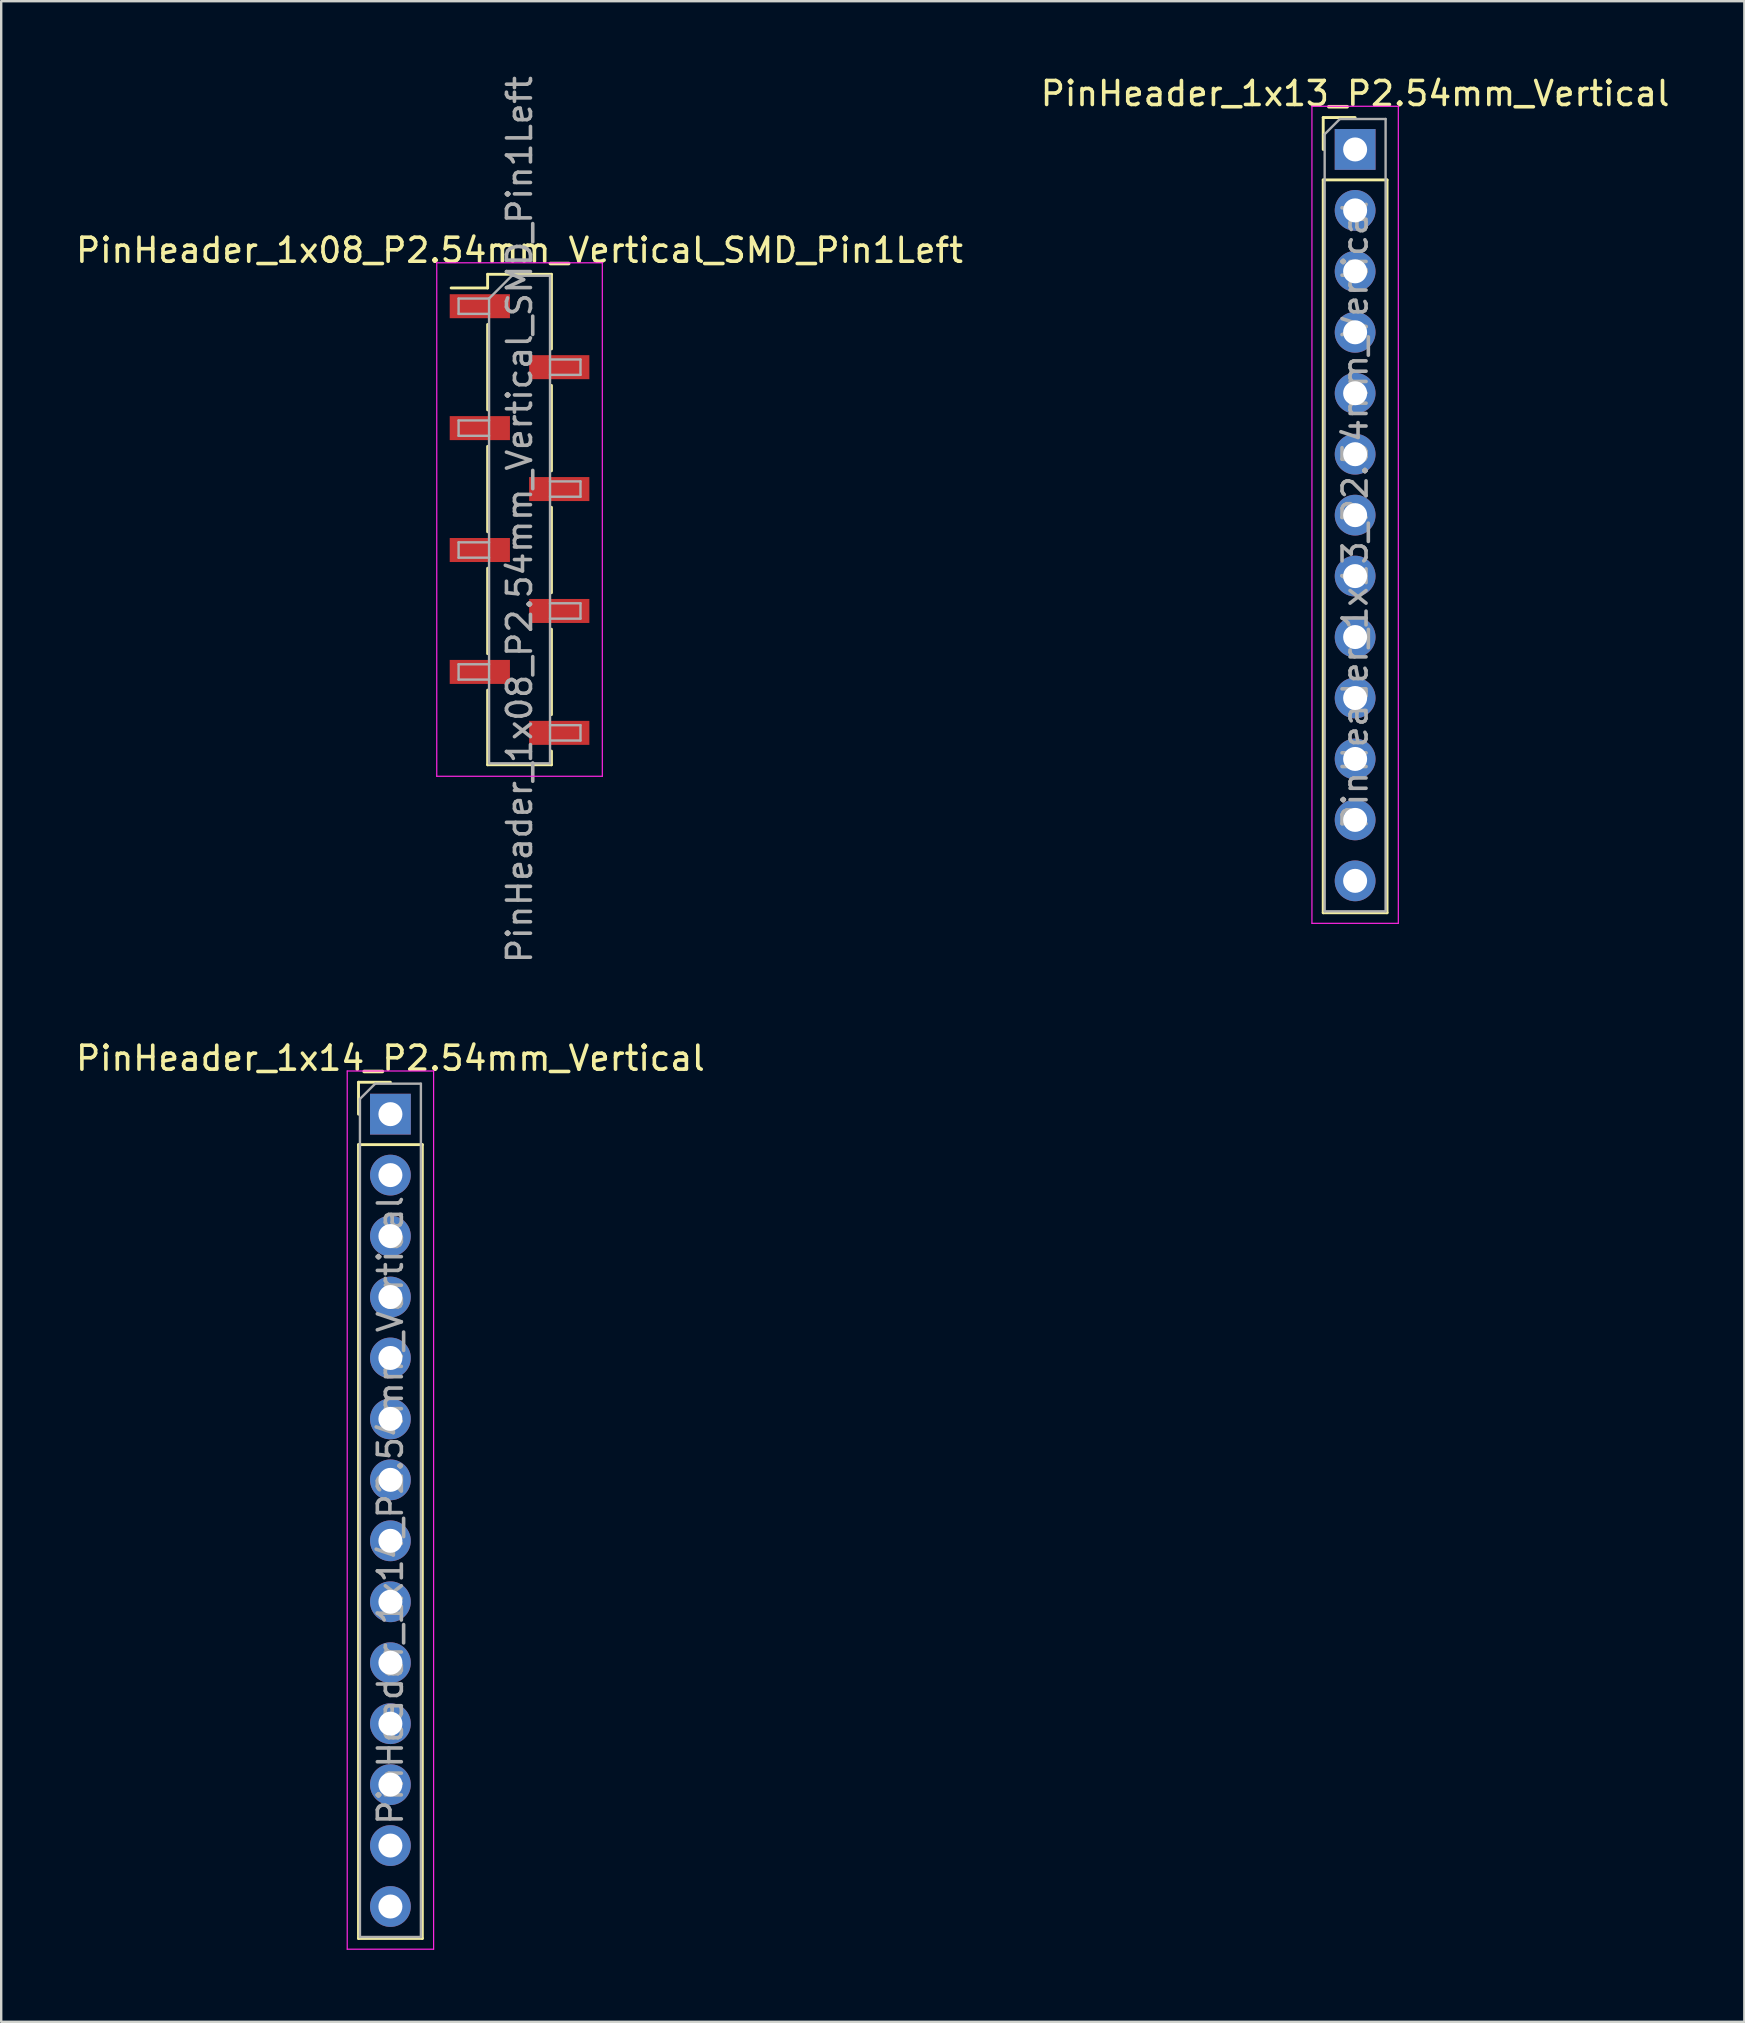
<source format=kicad_pcb>
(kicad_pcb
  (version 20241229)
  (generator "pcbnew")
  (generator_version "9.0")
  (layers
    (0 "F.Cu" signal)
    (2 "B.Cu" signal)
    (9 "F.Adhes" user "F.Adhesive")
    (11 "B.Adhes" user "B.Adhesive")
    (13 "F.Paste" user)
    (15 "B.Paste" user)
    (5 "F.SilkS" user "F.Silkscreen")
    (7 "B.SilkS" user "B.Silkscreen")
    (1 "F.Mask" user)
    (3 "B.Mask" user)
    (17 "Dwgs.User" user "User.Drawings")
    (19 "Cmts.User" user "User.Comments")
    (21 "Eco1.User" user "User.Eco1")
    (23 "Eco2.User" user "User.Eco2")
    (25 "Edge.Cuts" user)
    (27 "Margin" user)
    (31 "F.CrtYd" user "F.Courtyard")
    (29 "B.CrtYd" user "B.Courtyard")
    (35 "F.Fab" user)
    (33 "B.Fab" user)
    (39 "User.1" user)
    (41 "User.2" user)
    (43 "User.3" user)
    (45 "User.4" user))
  (footprint "PinHeader_1x08_P2.54mm_Vertical_SMD_Pin1Left"
    (layer "F.Cu")
    (at 18.601 18.601)
    (property "Reference" "PinHeader_1x08_P2.54mm_Vertical_SMD_Pin1Left" (at 0 -11.22 0) (layer "F.SilkS") (effects (font (size 1 1) (thickness 0.15))))
    (attr smd)
    (fp_line (start -1.33 -10.22) (end -1.33 -9.65) (stroke (width 0.12) (type solid)) (layer "F.SilkS"))
    (fp_line (start -1.33 -10.22) (end 1.33 -10.22) (stroke (width 0.12) (type solid)) (layer "F.SilkS"))
    (fp_line (start -1.33 -9.65) (end -2.85 -9.65) (stroke (width 0.12) (type solid)) (layer "F.SilkS"))
    (fp_line (start -1.33 -8.13) (end -1.33 -4.57) (stroke (width 0.12) (type solid)) (layer "F.SilkS"))
    (fp_line (start -1.33 -3.05) (end -1.33 0.51) (stroke (width 0.12) (type solid)) (layer "F.SilkS"))
    (fp_line (start -1.33 2.03) (end -1.33 5.59) (stroke (width 0.12) (type solid)) (layer "F.SilkS"))
    (fp_line (start -1.33 7.11) (end -1.33 10.22) (stroke (width 0.12) (type solid)) (layer "F.SilkS"))
    (fp_line (start -1.33 10.22) (end 1.33 10.22) (stroke (width 0.12) (type solid)) (layer "F.SilkS"))
    (fp_line (start 1.33 -10.22) (end 1.33 -7.11) (stroke (width 0.12) (type solid)) (layer "F.SilkS"))
    (fp_line (start 1.33 -5.59) (end 1.33 -2.03) (stroke (width 0.12) (type solid)) (layer "F.SilkS"))
    (fp_line (start 1.33 -0.51) (end 1.33 3.05) (stroke (width 0.12) (type solid)) (layer "F.SilkS"))
    (fp_line (start 1.33 4.57) (end 1.33 8.13) (stroke (width 0.12) (type solid)) (layer "F.SilkS"))
    (fp_line (start 1.33 9.65) (end 1.33 10.22) (stroke (width 0.12) (type solid)) (layer "F.SilkS"))
    (fp_line (start -3.45 -10.7) (end -3.45 10.7) (stroke (width 0.05) (type solid)) (layer "F.CrtYd"))
    (fp_line (start -3.45 10.7) (end 3.45 10.7) (stroke (width 0.05) (type solid)) (layer "F.CrtYd"))
    (fp_line (start 3.45 -10.7) (end -3.45 -10.7) (stroke (width 0.05) (type solid)) (layer "F.CrtYd"))
    (fp_line (start 3.45 10.7) (end 3.45 -10.7) (stroke (width 0.05) (type solid)) (layer "F.CrtYd"))
    (fp_line (start -2.54 -9.21) (end -2.54 -8.57) (stroke (width 0.1) (type solid)) (layer "F.Fab"))
    (fp_line (start -2.54 -8.57) (end -1.27 -8.57) (stroke (width 0.1) (type solid)) (layer "F.Fab"))
    (fp_line (start -2.54 -4.13) (end -2.54 -3.49) (stroke (width 0.1) (type solid)) (layer "F.Fab"))
    (fp_line (start -2.54 -3.49) (end -1.27 -3.49) (stroke (width 0.1) (type solid)) (layer "F.Fab"))
    (fp_line (start -2.54 0.95) (end -2.54 1.59) (stroke (width 0.1) (type solid)) (layer "F.Fab"))
    (fp_line (start -2.54 1.59) (end -1.27 1.59) (stroke (width 0.1) (type solid)) (layer "F.Fab"))
    (fp_line (start -2.54 6.03) (end -2.54 6.67) (stroke (width 0.1) (type solid)) (layer "F.Fab"))
    (fp_line (start -2.54 6.67) (end -1.27 6.67) (stroke (width 0.1) (type solid)) (layer "F.Fab"))
    (fp_line (start -1.27 -9.21) (end -2.54 -9.21) (stroke (width 0.1) (type solid)) (layer "F.Fab"))
    (fp_line (start -1.27 -9.21) (end -0.32 -10.16) (stroke (width 0.1) (type solid)) (layer "F.Fab"))
    (fp_line (start -1.27 -4.13) (end -2.54 -4.13) (stroke (width 0.1) (type solid)) (layer "F.Fab"))
    (fp_line (start -1.27 0.95) (end -2.54 0.95) (stroke (width 0.1) (type solid)) (layer "F.Fab"))
    (fp_line (start -1.27 6.03) (end -2.54 6.03) (stroke (width 0.1) (type solid)) (layer "F.Fab"))
    (fp_line (start -1.27 10.16) (end -1.27 -9.21) (stroke (width 0.1) (type solid)) (layer "F.Fab"))
    (fp_line (start -0.32 -10.16) (end 1.27 -10.16) (stroke (width 0.1) (type solid)) (layer "F.Fab"))
    (fp_line (start 1.27 -10.16) (end 1.27 10.16) (stroke (width 0.1) (type solid)) (layer "F.Fab"))
    (fp_line (start 1.27 -6.67) (end 2.54 -6.67) (stroke (width 0.1) (type solid)) (layer "F.Fab"))
    (fp_line (start 1.27 -1.59) (end 2.54 -1.59) (stroke (width 0.1) (type solid)) (layer "F.Fab"))
    (fp_line (start 1.27 3.49) (end 2.54 3.49) (stroke (width 0.1) (type solid)) (layer "F.Fab"))
    (fp_line (start 1.27 8.57) (end 2.54 8.57) (stroke (width 0.1) (type solid)) (layer "F.Fab"))
    (fp_line (start 1.27 10.16) (end -1.27 10.16) (stroke (width 0.1) (type solid)) (layer "F.Fab"))
    (fp_line (start 2.54 -6.67) (end 2.54 -6.03) (stroke (width 0.1) (type solid)) (layer "F.Fab"))
    (fp_line (start 2.54 -6.03) (end 1.27 -6.03) (stroke (width 0.1) (type solid)) (layer "F.Fab"))
    (fp_line (start 2.54 -1.59) (end 2.54 -0.95) (stroke (width 0.1) (type solid)) (layer "F.Fab"))
    (fp_line (start 2.54 -0.95) (end 1.27 -0.95) (stroke (width 0.1) (type solid)) (layer "F.Fab"))
    (fp_line (start 2.54 3.49) (end 2.54 4.13) (stroke (width 0.1) (type solid)) (layer "F.Fab"))
    (fp_line (start 2.54 4.13) (end 1.27 4.13) (stroke (width 0.1) (type solid)) (layer "F.Fab"))
    (fp_line (start 2.54 8.57) (end 2.54 9.21) (stroke (width 0.1) (type solid)) (layer "F.Fab"))
    (fp_line (start 2.54 9.21) (end 1.27 9.21) (stroke (width 0.1) (type solid)) (layer "F.Fab"))
    (fp_text user "${REFERENCE}" (at 0 0 90) (layer "F.Fab") (effects (font (size 1 1) (thickness 0.15))))
    (pad "1" smd rect (at -1.655 -8.89) (size 2.51 1) (layers "F.Cu" "F.Mask" "F.Paste"))
    (pad "2" smd rect (at 1.655 -6.35) (size 2.51 1) (layers "F.Cu" "F.Mask" "F.Paste"))
    (pad "3" smd rect (at -1.655 -3.81) (size 2.51 1) (layers "F.Cu" "F.Mask" "F.Paste"))
    (pad "4" smd rect (at 1.655 -1.27) (size 2.51 1) (layers "F.Cu" "F.Mask" "F.Paste"))
    (pad "5" smd rect (at -1.655 1.27) (size 2.51 1) (layers "F.Cu" "F.Mask" "F.Paste"))
    (pad "6" smd rect (at 1.655 3.81) (size 2.51 1) (layers "F.Cu" "F.Mask" "F.Paste"))
    (pad "7" smd rect (at -1.655 6.35) (size 2.51 1) (layers "F.Cu" "F.Mask" "F.Paste"))
    (pad "8" smd rect (at 1.655 8.89) (size 2.51 1) (layers "F.Cu" "F.Mask" "F.Paste")))
  (footprint "PinHeader_1x14_P2.54mm_Vertical"
    (layer "F.Cu")
    (at 13.22 43.381)
    (property "Reference" "PinHeader_1x14_P2.54mm_Vertical" (at 0 -2.33 0) (layer "F.SilkS") (effects (font (size 1 1) (thickness 0.15))))
    (attr through_hole)
    (fp_line (start -1.33 -1.33) (end 0 -1.33) (stroke (width 0.12) (type solid)) (layer "F.SilkS"))
    (fp_line (start -1.33 0) (end -1.33 -1.33) (stroke (width 0.12) (type solid)) (layer "F.SilkS"))
    (fp_line (start -1.33 1.27) (end -1.33 34.35) (stroke (width 0.12) (type solid)) (layer "F.SilkS"))
    (fp_line (start -1.33 1.27) (end 1.33 1.27) (stroke (width 0.12) (type solid)) (layer "F.SilkS"))
    (fp_line (start -1.33 34.35) (end 1.33 34.35) (stroke (width 0.12) (type solid)) (layer "F.SilkS"))
    (fp_line (start 1.33 1.27) (end 1.33 34.35) (stroke (width 0.12) (type solid)) (layer "F.SilkS"))
    (fp_line (start -1.8 -1.8) (end -1.8 34.8) (stroke (width 0.05) (type solid)) (layer "F.CrtYd"))
    (fp_line (start -1.8 34.8) (end 1.8 34.8) (stroke (width 0.05) (type solid)) (layer "F.CrtYd"))
    (fp_line (start 1.8 -1.8) (end -1.8 -1.8) (stroke (width 0.05) (type solid)) (layer "F.CrtYd"))
    (fp_line (start 1.8 34.8) (end 1.8 -1.8) (stroke (width 0.05) (type solid)) (layer "F.CrtYd"))
    (fp_line (start -1.27 -0.635) (end -0.635 -1.27) (stroke (width 0.1) (type solid)) (layer "F.Fab"))
    (fp_line (start -1.27 34.29) (end -1.27 -0.635) (stroke (width 0.1) (type solid)) (layer "F.Fab"))
    (fp_line (start -0.635 -1.27) (end 1.27 -1.27) (stroke (width 0.1) (type solid)) (layer "F.Fab"))
    (fp_line (start 1.27 -1.27) (end 1.27 34.29) (stroke (width 0.1) (type solid)) (layer "F.Fab"))
    (fp_line (start 1.27 34.29) (end -1.27 34.29) (stroke (width 0.1) (type solid)) (layer "F.Fab"))
    (fp_text user "${REFERENCE}" (at 0 16.51 90) (layer "F.Fab") (effects (font (size 1 1) (thickness 0.15))))
    (pad "1" thru_hole rect (at 0 0) (size 1.7 1.7) (drill 1) (layers "*.Cu" "*.Mask"))
    (pad "2" thru_hole oval (at 0 2.54) (size 1.7 1.7) (drill 1) (layers "*.Cu" "*.Mask"))
    (pad "3" thru_hole oval (at 0 5.08) (size 1.7 1.7) (drill 1) (layers "*.Cu" "*.Mask"))
    (pad "4" thru_hole oval (at 0 7.62) (size 1.7 1.7) (drill 1) (layers "*.Cu" "*.Mask"))
    (pad "5" thru_hole oval (at 0 10.16) (size 1.7 1.7) (drill 1) (layers "*.Cu" "*.Mask"))
    (pad "6" thru_hole oval (at 0 12.7) (size 1.7 1.7) (drill 1) (layers "*.Cu" "*.Mask"))
    (pad "7" thru_hole oval (at 0 15.24) (size 1.7 1.7) (drill 1) (layers "*.Cu" "*.Mask"))
    (pad "8" thru_hole oval (at 0 17.78) (size 1.7 1.7) (drill 1) (layers "*.Cu" "*.Mask"))
    (pad "9" thru_hole oval (at 0 20.32) (size 1.7 1.7) (drill 1) (layers "*.Cu" "*.Mask"))
    (pad "10" thru_hole oval (at 0 22.86) (size 1.7 1.7) (drill 1) (layers "*.Cu" "*.Mask"))
    (pad "11" thru_hole oval (at 0 25.4) (size 1.7 1.7) (drill 1) (layers "*.Cu" "*.Mask"))
    (pad "12" thru_hole oval (at 0 27.94) (size 1.7 1.7) (drill 1) (layers "*.Cu" "*.Mask"))
    (pad "13" thru_hole oval (at 0 30.48) (size 1.7 1.7) (drill 1) (layers "*.Cu" "*.Mask"))
    (pad "14" thru_hole oval (at 0 33.02) (size 1.7 1.7) (drill 1) (layers "*.Cu" "*.Mask")))
  (footprint "PinHeader_1x13_P2.54mm_Vertical"
    (layer "F.Cu")
    (at 53.423 3.178)
    (property "Reference" "PinHeader_1x13_P2.54mm_Vertical" (at 0 -2.33 0) (layer "F.SilkS") (effects (font (size 1 1) (thickness 0.15))))
    (attr through_hole)
    (fp_line (start -1.33 -1.33) (end 0 -1.33) (stroke (width 0.12) (type solid)) (layer "F.SilkS"))
    (fp_line (start -1.33 0) (end -1.33 -1.33) (stroke (width 0.12) (type solid)) (layer "F.SilkS"))
    (fp_line (start -1.33 1.27) (end -1.33 31.81) (stroke (width 0.12) (type solid)) (layer "F.SilkS"))
    (fp_line (start -1.33 1.27) (end 1.33 1.27) (stroke (width 0.12) (type solid)) (layer "F.SilkS"))
    (fp_line (start -1.33 31.81) (end 1.33 31.81) (stroke (width 0.12) (type solid)) (layer "F.SilkS"))
    (fp_line (start 1.33 1.27) (end 1.33 31.81) (stroke (width 0.12) (type solid)) (layer "F.SilkS"))
    (fp_line (start -1.8 -1.8) (end -1.8 32.25) (stroke (width 0.05) (type solid)) (layer "F.CrtYd"))
    (fp_line (start -1.8 32.25) (end 1.8 32.25) (stroke (width 0.05) (type solid)) (layer "F.CrtYd"))
    (fp_line (start 1.8 -1.8) (end -1.8 -1.8) (stroke (width 0.05) (type solid)) (layer "F.CrtYd"))
    (fp_line (start 1.8 32.25) (end 1.8 -1.8) (stroke (width 0.05) (type solid)) (layer "F.CrtYd"))
    (fp_line (start -1.27 -0.635) (end -0.635 -1.27) (stroke (width 0.1) (type solid)) (layer "F.Fab"))
    (fp_line (start -1.27 31.75) (end -1.27 -0.635) (stroke (width 0.1) (type solid)) (layer "F.Fab"))
    (fp_line (start -0.635 -1.27) (end 1.27 -1.27) (stroke (width 0.1) (type solid)) (layer "F.Fab"))
    (fp_line (start 1.27 -1.27) (end 1.27 31.75) (stroke (width 0.1) (type solid)) (layer "F.Fab"))
    (fp_line (start 1.27 31.75) (end -1.27 31.75) (stroke (width 0.1) (type solid)) (layer "F.Fab"))
    (fp_text user "${REFERENCE}" (at 0 15.24 90) (layer "F.Fab") (effects (font (size 1 1) (thickness 0.15))))
    (pad "1" thru_hole rect (at 0 0) (size 1.7 1.7) (drill 1) (layers "*.Cu" "*.Mask"))
    (pad "2" thru_hole oval (at 0 2.54) (size 1.7 1.7) (drill 1) (layers "*.Cu" "*.Mask"))
    (pad "3" thru_hole oval (at 0 5.08) (size 1.7 1.7) (drill 1) (layers "*.Cu" "*.Mask"))
    (pad "4" thru_hole oval (at 0 7.62) (size 1.7 1.7) (drill 1) (layers "*.Cu" "*.Mask"))
    (pad "5" thru_hole oval (at 0 10.16) (size 1.7 1.7) (drill 1) (layers "*.Cu" "*.Mask"))
    (pad "6" thru_hole oval (at 0 12.7) (size 1.7 1.7) (drill 1) (layers "*.Cu" "*.Mask"))
    (pad "7" thru_hole oval (at 0 15.24) (size 1.7 1.7) (drill 1) (layers "*.Cu" "*.Mask"))
    (pad "8" thru_hole oval (at 0 17.78) (size 1.7 1.7) (drill 1) (layers "*.Cu" "*.Mask"))
    (pad "9" thru_hole oval (at 0 20.32) (size 1.7 1.7) (drill 1) (layers "*.Cu" "*.Mask"))
    (pad "10" thru_hole oval (at 0 22.86) (size 1.7 1.7) (drill 1) (layers "*.Cu" "*.Mask"))
    (pad "11" thru_hole oval (at 0 25.4) (size 1.7 1.7) (drill 1) (layers "*.Cu" "*.Mask"))
    (pad "12" thru_hole oval (at 0 27.94) (size 1.7 1.7) (drill 1) (layers "*.Cu" "*.Mask"))
    (pad "13" thru_hole oval (at 0 30.48) (size 1.7 1.7) (drill 1) (layers "*.Cu" "*.Mask")))
  (gr_rect
    (start -3 -3)
    (end 69.643 81.206)
    (stroke (width 0.1) (type default))
    (fill no)
    (layer "Edge.Cuts")))
</source>
